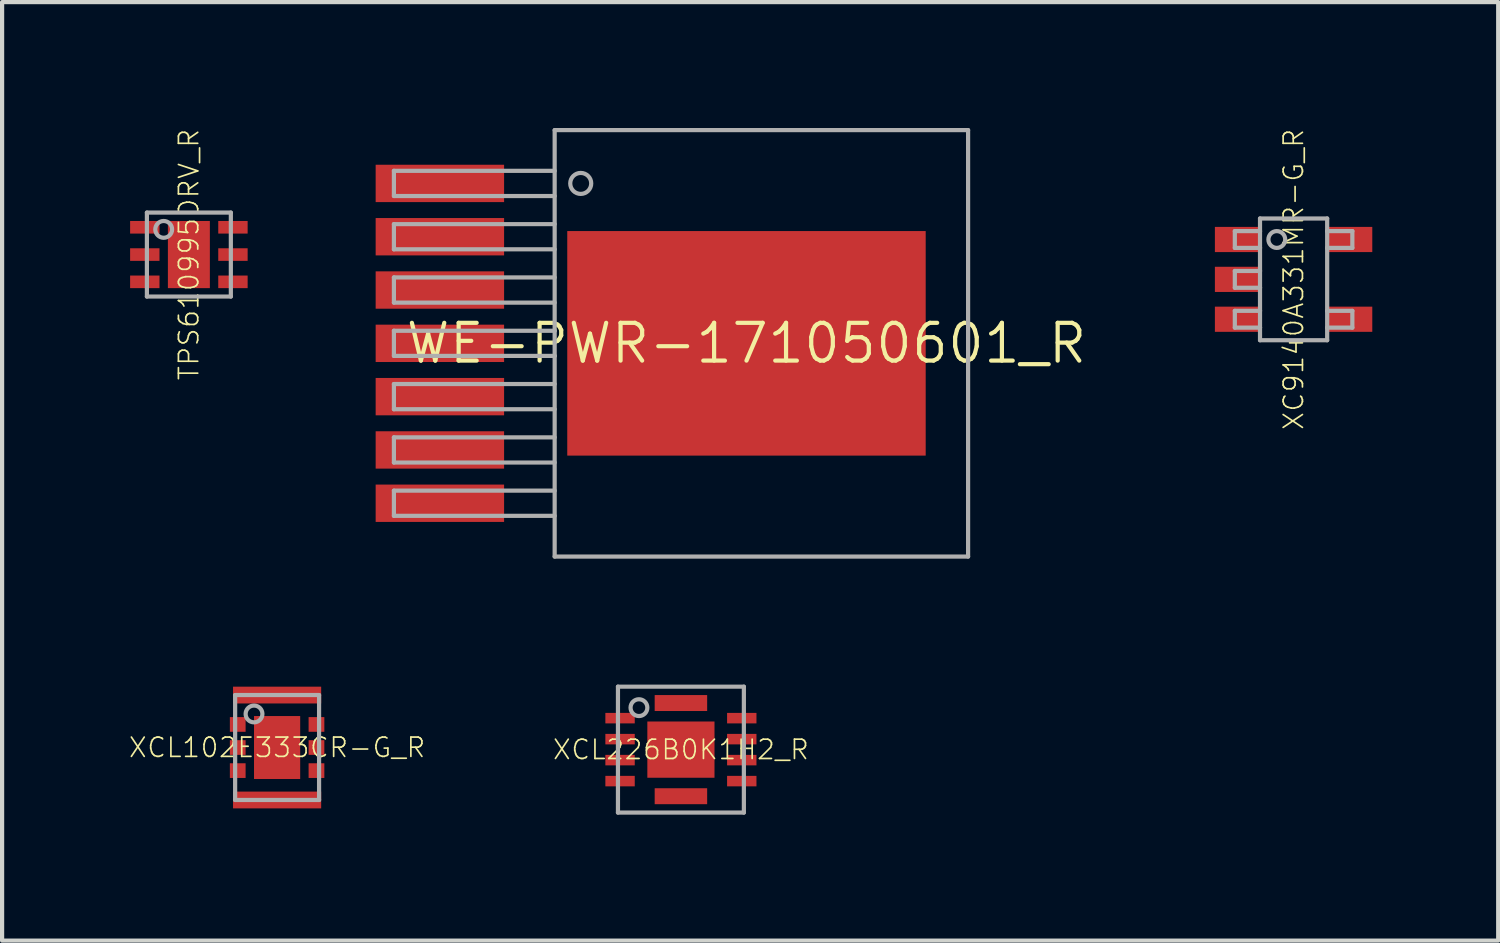
<source format=kicad_pcb>
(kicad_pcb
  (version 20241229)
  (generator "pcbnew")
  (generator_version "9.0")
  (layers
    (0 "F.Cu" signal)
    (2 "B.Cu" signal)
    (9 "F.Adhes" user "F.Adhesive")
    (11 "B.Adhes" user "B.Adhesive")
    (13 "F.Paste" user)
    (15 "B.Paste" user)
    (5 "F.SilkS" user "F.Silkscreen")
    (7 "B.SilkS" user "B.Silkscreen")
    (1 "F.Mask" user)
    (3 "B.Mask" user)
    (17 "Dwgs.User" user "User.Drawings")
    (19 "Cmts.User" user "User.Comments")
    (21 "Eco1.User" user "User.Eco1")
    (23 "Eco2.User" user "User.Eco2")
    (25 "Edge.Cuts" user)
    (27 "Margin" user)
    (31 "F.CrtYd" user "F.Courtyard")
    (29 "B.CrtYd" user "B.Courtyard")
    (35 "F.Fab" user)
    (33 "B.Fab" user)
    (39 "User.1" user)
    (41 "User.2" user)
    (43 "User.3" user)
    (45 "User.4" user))
  (footprint "XC9140A331MR-G_R"
    (layer "F.Cu")
    (at 27.77 3.606)
    (property "Reference" "XC9140A331MR-G_R" (at 0 0 90) (unlocked yes) (layer "F.SilkS") (effects (font (size 0.46 0.46) (thickness 0.04))))
    (fp_line (start -1.4 -1.15) (end -1.4 -0.75) (stroke (width 0.1) (type solid)) (layer "F.Fab"))
    (fp_line (start -1.4 -0.75) (end -0.8 -0.75) (stroke (width 0.1) (type solid)) (layer "F.Fab"))
    (fp_line (start -1.4 -0.2) (end -1.4 0.2) (stroke (width 0.1) (type solid)) (layer "F.Fab"))
    (fp_line (start -1.4 0.75) (end -1.4 1.15) (stroke (width 0.1) (type solid)) (layer "F.Fab"))
    (fp_line (start -0.8 -1.45) (end 0.8 -1.45) (stroke (width 0.1) (type solid)) (layer "F.Fab"))
    (fp_line (start -0.8 -1.15) (end -1.4 -1.15) (stroke (width 0.1) (type solid)) (layer "F.Fab"))
    (fp_line (start -0.8 -1.15) (end -0.8 -1.45) (stroke (width 0.1) (type solid)) (layer "F.Fab"))
    (fp_line (start -0.8 -0.75) (end -0.8 -1.15) (stroke (width 0.1) (type solid)) (layer "F.Fab"))
    (fp_line (start -0.8 -0.75) (end -0.8 -0.2) (stroke (width 0.1) (type solid)) (layer "F.Fab"))
    (fp_line (start -0.8 -0.2) (end -1.4 -0.2) (stroke (width 0.1) (type solid)) (layer "F.Fab"))
    (fp_line (start -0.8 0.2) (end -1.4 0.2) (stroke (width 0.1) (type solid)) (layer "F.Fab"))
    (fp_line (start -0.8 0.2) (end -0.8 -0.2) (stroke (width 0.1) (type solid)) (layer "F.Fab"))
    (fp_line (start -0.8 0.75) (end -1.4 0.75) (stroke (width 0.1) (type solid)) (layer "F.Fab"))
    (fp_line (start -0.8 0.75) (end -0.8 0.2) (stroke (width 0.1) (type solid)) (layer "F.Fab"))
    (fp_line (start -0.8 1.15) (end -1.4 1.15) (stroke (width 0.1) (type solid)) (layer "F.Fab"))
    (fp_line (start -0.8 1.15) (end -0.8 0.75) (stroke (width 0.1) (type solid)) (layer "F.Fab"))
    (fp_line (start -0.8 1.45) (end -0.8 1.15) (stroke (width 0.1) (type solid)) (layer "F.Fab"))
    (fp_line (start 0.8 -1.45) (end 0.8 -1.15) (stroke (width 0.1) (type solid)) (layer "F.Fab"))
    (fp_line (start 0.8 -1.15) (end 0.8 -0.75) (stroke (width 0.1) (type solid)) (layer "F.Fab"))
    (fp_line (start 0.8 -0.75) (end 0.8 0.75) (stroke (width 0.1) (type solid)) (layer "F.Fab"))
    (fp_line (start 0.8 0.75) (end 0.8 1.15) (stroke (width 0.1) (type solid)) (layer "F.Fab"))
    (fp_line (start 0.8 1.15) (end 0.8 1.45) (stroke (width 0.1) (type solid)) (layer "F.Fab"))
    (fp_line (start 0.8 1.45) (end -0.8 1.45) (stroke (width 0.1) (type solid)) (layer "F.Fab"))
    (fp_line (start 1.4 -1.15) (end 0.8 -1.15) (stroke (width 0.1) (type solid)) (layer "F.Fab"))
    (fp_line (start 1.4 -1.15) (end 1.4 -0.75) (stroke (width 0.1) (type solid)) (layer "F.Fab"))
    (fp_line (start 1.4 -0.75) (end 0.8 -0.75) (stroke (width 0.1) (type solid)) (layer "F.Fab"))
    (fp_line (start 1.4 0.75) (end 0.8 0.75) (stroke (width 0.1) (type solid)) (layer "F.Fab"))
    (fp_line (start 1.4 0.75) (end 1.4 1.15) (stroke (width 0.1) (type solid)) (layer "F.Fab"))
    (fp_line (start 1.4 1.15) (end 0.8 1.15) (stroke (width 0.1) (type solid)) (layer "F.Fab"))
    (fp_circle (center -0.4 -0.95) (end -0.2 -0.95) (stroke (width 0.1) (type solid)) (fill no) (layer "F.Fab"))
    (pad "1" smd rect (at -1.35 -0.95) (size 1.05 0.6) (layers "F.Cu" "F.Mask" "F.Paste"))
    (pad "2" smd rect (at -1.35 0) (size 1.05 0.6) (layers "F.Cu" "F.Mask" "F.Paste"))
    (pad "3" smd rect (at -1.35 0.95) (size 1.05 0.6) (layers "F.Cu" "F.Mask" "F.Paste"))
    (pad "4" smd rect (at 1.35 0.95) (size 1.05 0.6) (layers "F.Cu" "F.Mask" "F.Paste"))
    (pad "5" smd rect (at 1.35 -0.95) (size 1.05 0.6) (layers "F.Cu" "F.Mask" "F.Paste")))
  (footprint "TPS610995DRV_R"
    (layer "F.Cu")
    (at 1.45 3.015)
    (property "Reference" "TPS610995DRV_R" (at 0 0 90) (unlocked yes) (layer "F.SilkS") (effects (font (size 0.46 0.46) (thickness 0.04))))
    (fp_poly (pts (xy -1.45 -0.45) (xy -0.65 -0.45) (xy -0.65 -0.85) (xy -1.45 -0.85)) (stroke (width 0) (type default)) (fill yes) (layer "F.Mask"))
    (fp_poly (pts (xy -1.45 0.2) (xy -0.65 0.2) (xy -0.65 -0.2) (xy -1.45 -0.2)) (stroke (width 0) (type default)) (fill yes) (layer "F.Mask"))
    (fp_poly (pts (xy -1.45 0.85) (xy -0.65 0.85) (xy -0.65 0.45) (xy -1.45 0.45)) (stroke (width 0) (type default)) (fill yes) (layer "F.Mask"))
    (fp_poly (pts (xy -0.55 0.85) (xy 0.55 0.85) (xy 0.55 -0.85) (xy -0.55 -0.85)) (stroke (width 0) (type default)) (fill yes) (layer "F.Mask"))
    (fp_poly (pts (xy 0.65 -0.45) (xy 1.45 -0.45) (xy 1.45 -0.85) (xy 0.65 -0.85)) (stroke (width 0) (type default)) (fill yes) (layer "F.Mask"))
    (fp_poly (pts (xy 0.65 0.2) (xy 1.45 0.2) (xy 1.45 -0.2) (xy 0.65 -0.2)) (stroke (width 0) (type default)) (fill yes) (layer "F.Mask"))
    (fp_poly (pts (xy 0.65 0.85) (xy 1.45 0.85) (xy 1.45 0.45) (xy 0.65 0.45)) (stroke (width 0) (type default)) (fill yes) (layer "F.Mask"))
    (fp_poly (pts (xy -1.375 -0.525) (xy -0.725 -0.525) (xy -0.725 -0.775) (xy -1.375 -0.775)) (stroke (width 0) (type default)) (fill yes) (layer "F.Paste"))
    (fp_poly (pts (xy -1.375 0.125) (xy -0.725 0.125) (xy -0.725 -0.125) (xy -1.375 -0.125)) (stroke (width 0) (type default)) (fill yes) (layer "F.Paste"))
    (fp_poly (pts (xy -1.375 0.775) (xy -0.725 0.775) (xy -0.725 0.525) (xy -1.375 0.525)) (stroke (width 0) (type default)) (fill yes) (layer "F.Paste"))
    (fp_poly (pts (xy -0.5 -0.1) (xy 0.5 -0.1) (xy 0.5 -0.8) (xy -0.5 -0.8)) (stroke (width 0) (type default)) (fill yes) (layer "F.Paste"))
    (fp_poly (pts (xy -0.5 0.8) (xy 0.5 0.8) (xy 0.5 0.1) (xy -0.5 0.1)) (stroke (width 0) (type default)) (fill yes) (layer "F.Paste"))
    (fp_poly (pts (xy 1.375 -0.775) (xy 0.725 -0.775) (xy 0.725 -0.525) (xy 1.375 -0.525)) (stroke (width 0) (type default)) (fill yes) (layer "F.Paste"))
    (fp_poly (pts (xy 1.375 -0.125) (xy 0.725 -0.125) (xy 0.725 0.125) (xy 1.375 0.125)) (stroke (width 0) (type default)) (fill yes) (layer "F.Paste"))
    (fp_poly (pts (xy 1.375 0.525) (xy 0.725 0.525) (xy 0.725 0.775) (xy 1.375 0.775)) (stroke (width 0) (type default)) (fill yes) (layer "F.Paste"))
    (fp_line (start -1 -1) (end -1 1) (stroke (width 0.1) (type solid)) (layer "F.Fab"))
    (fp_line (start -1 1) (end 1 1) (stroke (width 0.1) (type solid)) (layer "F.Fab"))
    (fp_line (start 1 -1) (end -1 -1) (stroke (width 0.1) (type solid)) (layer "F.Fab"))
    (fp_line (start 1 1) (end 1 -1) (stroke (width 0.1) (type solid)) (layer "F.Fab"))
    (fp_circle (center -0.6 -0.6) (end -0.4 -0.6) (stroke (width 0.1) (type solid)) (fill no) (layer "F.Fab"))
    (pad "0" smd rect (at 0 0) (size 1 1.6) (layers "F.Cu"))
    (pad "1" smd rect (at -1.05 -0.65) (size 0.7 0.3) (layers "F.Cu"))
    (pad "2" smd rect (at -1.05 0) (size 0.7 0.3) (layers "F.Cu"))
    (pad "3" smd rect (at -1.05 0.65) (size 0.7 0.3) (layers "F.Cu"))
    (pad "4" smd rect (at 1.05 0.65) (size 0.7 0.3) (layers "F.Cu"))
    (pad "5" smd rect (at 1.05 0) (size 0.7 0.3) (layers "F.Cu"))
    (pad "6" smd rect (at 1.05 -0.65) (size 0.7 0.3) (layers "F.Cu")))
  (footprint "XCL102E333CR-G_R"
    (layer "F.Cu")
    (at 3.552 14.76)
    (property "Reference" "XCL102E333CR-G_R" (at 0 0 0) (unlocked yes) (layer "F.SilkS") (effects (font (size 0.46 0.46) (thickness 0.04))))
    (fp_poly (pts (xy -1.175 0.8) (xy 1.175 0.8) (xy 1.175 -0.8) (xy -1.175 -0.8)) (stroke (width 0) (type default)) (fill yes) (layer "F.Mask"))
    (fp_poly (pts (xy -1.1 -1) (xy 1.1 -1) (xy 1.1 -1.5) (xy -1.1 -1.5)) (stroke (width 0) (type default)) (fill yes) (layer "F.Mask"))
    (fp_poly (pts (xy -1.1 1.5) (xy 1.1 1.5) (xy 1.1 1) (xy -1.1 1)) (stroke (width 0) (type default)) (fill yes) (layer "F.Mask"))
    (fp_poly (pts (xy -1.087 -0.4) (xy -0.787 -0.4) (xy -0.787 -0.7) (xy -1.087 -0.7)) (stroke (width 0) (type default)) (fill yes) (layer "F.Paste"))
    (fp_poly (pts (xy -1.087 0.15) (xy -0.787 0.15) (xy -0.787 -0.15) (xy -1.087 -0.15)) (stroke (width 0) (type default)) (fill yes) (layer "F.Paste"))
    (fp_poly (pts (xy -1.087 0.7) (xy -0.787 0.7) (xy -0.787 0.4) (xy -1.087 0.4)) (stroke (width 0) (type default)) (fill yes) (layer "F.Paste"))
    (fp_poly (pts (xy -1.025 -1.087) (xy 1.025 -1.087) (xy 1.025 -1.413) (xy -1.025 -1.413)) (stroke (width 0) (type default)) (fill yes) (layer "F.Paste"))
    (fp_poly (pts (xy -1.025 1.413) (xy 1.025 1.413) (xy 1.025 1.087) (xy -1.025 1.087)) (stroke (width 0) (type default)) (fill yes) (layer "F.Paste"))
    (fp_poly (pts (xy -0.45 -0.25) (xy 0.45 -0.25) (xy 0.45 -0.65) (xy -0.45 -0.65)) (stroke (width 0) (type default)) (fill yes) (layer "F.Paste"))
    (fp_poly (pts (xy -0.45 0.65) (xy 0.45 0.65) (xy 0.45 0.25) (xy -0.45 0.25)) (stroke (width 0) (type default)) (fill yes) (layer "F.Paste"))
    (fp_poly (pts (xy 0.787 -0.4) (xy 1.087 -0.4) (xy 1.087 -0.7) (xy 0.787 -0.7)) (stroke (width 0) (type default)) (fill yes) (layer "F.Paste"))
    (fp_poly (pts (xy 0.787 0.15) (xy 1.087 0.15) (xy 1.087 -0.15) (xy 0.787 -0.15)) (stroke (width 0) (type default)) (fill yes) (layer "F.Paste"))
    (fp_poly (pts (xy 0.787 0.7) (xy 1.087 0.7) (xy 1.087 0.4) (xy 0.787 0.4)) (stroke (width 0) (type default)) (fill yes) (layer "F.Paste"))
    (fp_line (start -1 -1.25) (end 1 -1.25) (stroke (width 0.1) (type solid)) (layer "F.Fab"))
    (fp_line (start -1 1.25) (end -1 -1.25) (stroke (width 0.1) (type solid)) (layer "F.Fab"))
    (fp_line (start 1 -1.25) (end 1 1.25) (stroke (width 0.1) (type solid)) (layer "F.Fab"))
    (fp_line (start 1 1.25) (end -1 1.25) (stroke (width 0.1) (type solid)) (layer "F.Fab"))
    (fp_circle (center -0.55 -0.8) (end -0.35 -0.8) (stroke (width 0.1) (type solid)) (fill no) (layer "F.Fab"))
    (pad "0" smd rect (at 0 0) (size 1.1 1.5) (layers "F.Cu"))
    (pad "1" smd rect (at -0.938 -0.55) (size 0.375 0.35) (layers "F.Cu"))
    (pad "2" smd rect (at -0.938 0) (size 0.375 0.35) (layers "F.Cu"))
    (pad "3" smd rect (at -0.938 0.55) (size 0.375 0.35) (layers "F.Cu"))
    (pad "4" smd rect (at 0.938 0.55) (size 0.375 0.35) (layers "F.Cu"))
    (pad "5" smd rect (at 0.938 0) (size 0.375 0.35) (layers "F.Cu"))
    (pad "6" smd rect (at 0.938 -0.55) (size 0.375 0.35) (layers "F.Cu"))
    (pad "7" smd rect (at 0 -1.25) (size 2.1 0.4) (layers "F.Cu"))
    (pad "8" smd rect (at 0 1.25) (size 2.1 0.4) (layers "F.Cu")))
  (footprint "XCL226B0K1H2_R"
    (layer "F.Cu")
    (at 13.173 14.81)
    (property "Reference" "XCL226B0K1H2_R" (at 0 0 0) (unlocked yes) (layer "F.SilkS") (effects (font (size 0.46 0.46) (thickness 0.04))))
    (fp_poly (pts (xy -1.85 -0.575) (xy -1.05 -0.575) (xy -1.05 -0.925) (xy -1.85 -0.925)) (stroke (width 0) (type default)) (fill yes) (layer "F.Mask"))
    (fp_poly (pts (xy -1.85 -0.075) (xy -1.05 -0.075) (xy -1.05 -0.425) (xy -1.85 -0.425)) (stroke (width 0) (type default)) (fill yes) (layer "F.Mask"))
    (fp_poly (pts (xy -1.85 0.425) (xy -1.05 0.425) (xy -1.05 0.075) (xy -1.85 0.075)) (stroke (width 0) (type default)) (fill yes) (layer "F.Mask"))
    (fp_poly (pts (xy -1.85 0.925) (xy -1.05 0.925) (xy -1.05 0.575) (xy -1.85 0.575)) (stroke (width 0) (type default)) (fill yes) (layer "F.Mask"))
    (fp_poly (pts (xy -0.85 0.725) (xy 0.85 0.725) (xy 0.85 -0.725) (xy -0.85 -0.725)) (stroke (width 0) (type default)) (fill yes) (layer "F.Mask"))
    (fp_poly (pts (xy -0.675 -0.863) (xy 0.675 -0.863) (xy 0.675 -1.35) (xy -0.675 -1.35)) (stroke (width 0) (type default)) (fill yes) (layer "F.Mask"))
    (fp_poly (pts (xy -0.675 1.35) (xy 0.675 1.35) (xy 0.675 0.863) (xy -0.675 0.863)) (stroke (width 0) (type default)) (fill yes) (layer "F.Mask"))
    (fp_poly (pts (xy 1.05 -0.575) (xy 1.85 -0.575) (xy 1.85 -0.925) (xy 1.05 -0.925)) (stroke (width 0) (type default)) (fill yes) (layer "F.Mask"))
    (fp_poly (pts (xy 1.05 -0.075) (xy 1.85 -0.075) (xy 1.85 -0.425) (xy 1.05 -0.425)) (stroke (width 0) (type default)) (fill yes) (layer "F.Mask"))
    (fp_poly (pts (xy 1.05 0.425) (xy 1.85 0.425) (xy 1.85 0.075) (xy 1.05 0.075)) (stroke (width 0) (type default)) (fill yes) (layer "F.Mask"))
    (fp_poly (pts (xy 1.05 0.925) (xy 1.85 0.925) (xy 1.85 0.575) (xy 1.05 0.575)) (stroke (width 0) (type default)) (fill yes) (layer "F.Mask"))
    (fp_poly (pts (xy -0.7 -0.57) (xy -0.7 -0.2) (xy 0.7 -0.2) (xy 0.7 -0.57)) (stroke (width 0) (type default)) (fill yes) (layer "F.Paste"))
    (fp_poly (pts (xy -0.7 0.2) (xy -0.7 0.57) (xy 0.7 0.57) (xy 0.7 0.2)) (stroke (width 0) (type default)) (fill yes) (layer "F.Paste"))
    (fp_line (start -1.5 -1.5) (end 1.5 -1.5) (stroke (width 0.1) (type solid)) (layer "F.Fab"))
    (fp_line (start -1.5 1.5) (end -1.5 -1.5) (stroke (width 0.1) (type solid)) (layer "F.Fab"))
    (fp_line (start 1.5 -1.5) (end 1.5 1.5) (stroke (width 0.1) (type solid)) (layer "F.Fab"))
    (fp_line (start 1.5 1.5) (end -1.5 1.5) (stroke (width 0.1) (type solid)) (layer "F.Fab"))
    (fp_circle (center -1 -1) (end -0.8 -1) (stroke (width 0.1) (type solid)) (fill no) (layer "F.Fab"))
    (pad "0" smd rect (at 0 0 270) (size 1.34 1.6) (layers "F.Cu"))
    (pad "1" smd rect (at -1.45 -0.75 270) (size 0.25 0.7) (layers "F.Cu" "F.Paste"))
    (pad "2" smd rect (at -1.45 -0.25 270) (size 0.25 0.7) (layers "F.Cu" "F.Paste"))
    (pad "3" smd rect (at -1.45 0.25 270) (size 0.25 0.7) (layers "F.Cu" "F.Paste"))
    (pad "4" smd rect (at -1.45 0.75 270) (size 0.25 0.7) (layers "F.Cu" "F.Paste"))
    (pad "5" smd rect (at 1.45 0.75 270) (size 0.25 0.7) (layers "F.Cu" "F.Paste"))
    (pad "6" smd rect (at 1.45 0.25 270) (size 0.25 0.7) (layers "F.Cu" "F.Paste"))
    (pad "7" smd rect (at 1.45 -0.25 270) (size 0.25 0.7) (layers "F.Cu" "F.Paste"))
    (pad "8" smd rect (at 1.45 -0.75 270) (size 0.25 0.7) (layers "F.Cu" "F.Paste"))
    (pad "9" smd rect (at 0 -1.11 270) (size 0.38 1.25) (layers "F.Cu" "F.Paste"))
    (pad "10" smd rect (at 0 1.11 270) (size 0.38 1.25) (layers "F.Cu" "F.Paste")))
  (footprint "WE-PWR-171050601_R"
    (layer "F.Cu")
    (at 14.735 5.13)
    (property "Reference" "WE-PWR-171050601_R" (at 0 0 0) (unlocked yes) (layer "F.SilkS") (effects (font (size 0.9 0.9) (thickness 0.1))))
    (fp_poly (pts (xy -4.15 -0.125) (xy -1.55 -0.125) (xy -1.55 -2.55) (xy -4.15 -2.55)) (stroke (width 0) (type default)) (fill yes) (layer "F.Paste"))
    (fp_poly (pts (xy -4.15 2.55) (xy -1.55 2.55) (xy -1.55 0.125) (xy -4.15 0.125)) (stroke (width 0) (type default)) (fill yes) (layer "F.Paste"))
    (fp_poly (pts (xy -1.3 -0.125) (xy 1.3 -0.125) (xy 1.3 -2.55) (xy -1.3 -2.55)) (stroke (width 0) (type default)) (fill yes) (layer "F.Paste"))
    (fp_poly (pts (xy -1.3 2.55) (xy 1.3 2.55) (xy 1.3 0.125) (xy -1.3 0.125)) (stroke (width 0) (type default)) (fill yes) (layer "F.Paste"))
    (fp_poly (pts (xy 1.55 -0.125) (xy 4.15 -0.125) (xy 4.15 -2.55) (xy 1.55 -2.55)) (stroke (width 0) (type default)) (fill yes) (layer "F.Paste"))
    (fp_poly (pts (xy 1.55 2.55) (xy 4.15 2.55) (xy 4.15 0.125) (xy 1.55 0.125)) (stroke (width 0) (type default)) (fill yes) (layer "F.Paste"))
    (fp_poly (pts (xy -4.259 -2.677) (xy -4.263 -2.673) (xy -4.263 -2.669) (xy -4.278 -2.669) (xy -4.265 -2.682)) (stroke (width 0) (type default)) (fill yes) (layer "F.Paste"))
    (fp_line (start -8.4 -4.11) (end -8.4 -3.51) (stroke (width 0.1) (type solid)) (layer "F.Fab"))
    (fp_line (start -8.4 -4.11) (end -4.57 -4.11) (stroke (width 0.1) (type solid)) (layer "F.Fab"))
    (fp_line (start -8.4 -3.51) (end -4.57 -3.51) (stroke (width 0.1) (type solid)) (layer "F.Fab"))
    (fp_line (start -8.4 -2.84) (end -8.4 -2.24) (stroke (width 0.1) (type solid)) (layer "F.Fab"))
    (fp_line (start -8.4 -2.84) (end -4.57 -2.84) (stroke (width 0.1) (type solid)) (layer "F.Fab"))
    (fp_line (start -8.4 -2.24) (end -4.57 -2.24) (stroke (width 0.1) (type solid)) (layer "F.Fab"))
    (fp_line (start -8.4 -1.57) (end -8.4 -0.97) (stroke (width 0.1) (type solid)) (layer "F.Fab"))
    (fp_line (start -8.4 -1.57) (end -4.57 -1.57) (stroke (width 0.1) (type solid)) (layer "F.Fab"))
    (fp_line (start -8.4 -0.97) (end -4.57 -0.97) (stroke (width 0.1) (type solid)) (layer "F.Fab"))
    (fp_line (start -8.4 -0.3) (end -8.4 0.3) (stroke (width 0.1) (type solid)) (layer "F.Fab"))
    (fp_line (start -8.4 -0.3) (end -4.57 -0.3) (stroke (width 0.1) (type solid)) (layer "F.Fab"))
    (fp_line (start -8.4 0.3) (end -4.57 0.3) (stroke (width 0.1) (type solid)) (layer "F.Fab"))
    (fp_line (start -8.4 0.97) (end -8.4 1.57) (stroke (width 0.1) (type solid)) (layer "F.Fab"))
    (fp_line (start -8.4 0.97) (end -4.57 0.97) (stroke (width 0.1) (type solid)) (layer "F.Fab"))
    (fp_line (start -8.4 1.57) (end -4.57 1.57) (stroke (width 0.1) (type solid)) (layer "F.Fab"))
    (fp_line (start -8.4 2.24) (end -8.4 2.84) (stroke (width 0.1) (type solid)) (layer "F.Fab"))
    (fp_line (start -8.4 2.24) (end -4.57 2.24) (stroke (width 0.1) (type solid)) (layer "F.Fab"))
    (fp_line (start -8.4 2.84) (end -4.57 2.84) (stroke (width 0.1) (type solid)) (layer "F.Fab"))
    (fp_line (start -8.4 3.51) (end -8.4 4.11) (stroke (width 0.1) (type solid)) (layer "F.Fab"))
    (fp_line (start -8.4 3.51) (end -4.57 3.51) (stroke (width 0.1) (type solid)) (layer "F.Fab"))
    (fp_line (start -8.4 4.11) (end -4.57 4.11) (stroke (width 0.1) (type solid)) (layer "F.Fab"))
    (fp_line (start -4.57 -5.08) (end -4.57 -0.3) (stroke (width 0.1) (type solid)) (layer "F.Fab"))
    (fp_line (start -4.57 -5.08) (end 5.28 -5.08) (stroke (width 0.1) (type solid)) (layer "F.Fab"))
    (fp_line (start -4.57 -0.3) (end -4.57 0.3) (stroke (width 0.1) (type solid)) (layer "F.Fab"))
    (fp_line (start -4.57 0.3) (end -4.57 5.08) (stroke (width 0.1) (type solid)) (layer "F.Fab"))
    (fp_line (start 5.28 -5.08) (end 5.28 5.08) (stroke (width 0.1) (type solid)) (layer "F.Fab"))
    (fp_line (start 5.28 5.08) (end -4.57 5.08) (stroke (width 0.1) (type solid)) (layer "F.Fab"))
    (fp_circle (center -3.949 -3.81) (end -3.699 -3.81) (stroke (width 0.1) (type solid)) (fill no) (layer "F.Fab"))
    (pad "0" smd rect (at 0 0 90) (size 5.35 8.54) (layers "F.Cu" "F.Mask"))
    (pad "1" smd rect (at -7.305 -3.81 90) (size 0.89 3.06) (layers "F.Cu" "F.Mask" "F.Paste"))
    (pad "2" smd rect (at -7.305 -2.54 90) (size 0.89 3.06) (layers "F.Cu" "F.Mask" "F.Paste"))
    (pad "3" smd rect (at -7.305 -1.27 90) (size 0.89 3.06) (layers "F.Cu" "F.Mask" "F.Paste"))
    (pad "4" smd rect (at -7.305 0 90) (size 0.89 3.06) (layers "F.Cu" "F.Mask" "F.Paste"))
    (pad "5" smd rect (at -7.305 1.27 90) (size 0.89 3.06) (layers "F.Cu" "F.Mask" "F.Paste"))
    (pad "6" smd rect (at -7.305 2.54 90) (size 0.89 3.06) (layers "F.Cu" "F.Mask" "F.Paste"))
    (pad "7" smd rect (at -7.305 3.81 90) (size 0.89 3.06) (layers "F.Cu" "F.Mask" "F.Paste")))
  (gr_rect
    (start -3 -3)
    (end 32.645 19.36)
    (stroke (width 0.1) (type default))
    (fill no)
    (layer "Edge.Cuts")))
</source>
